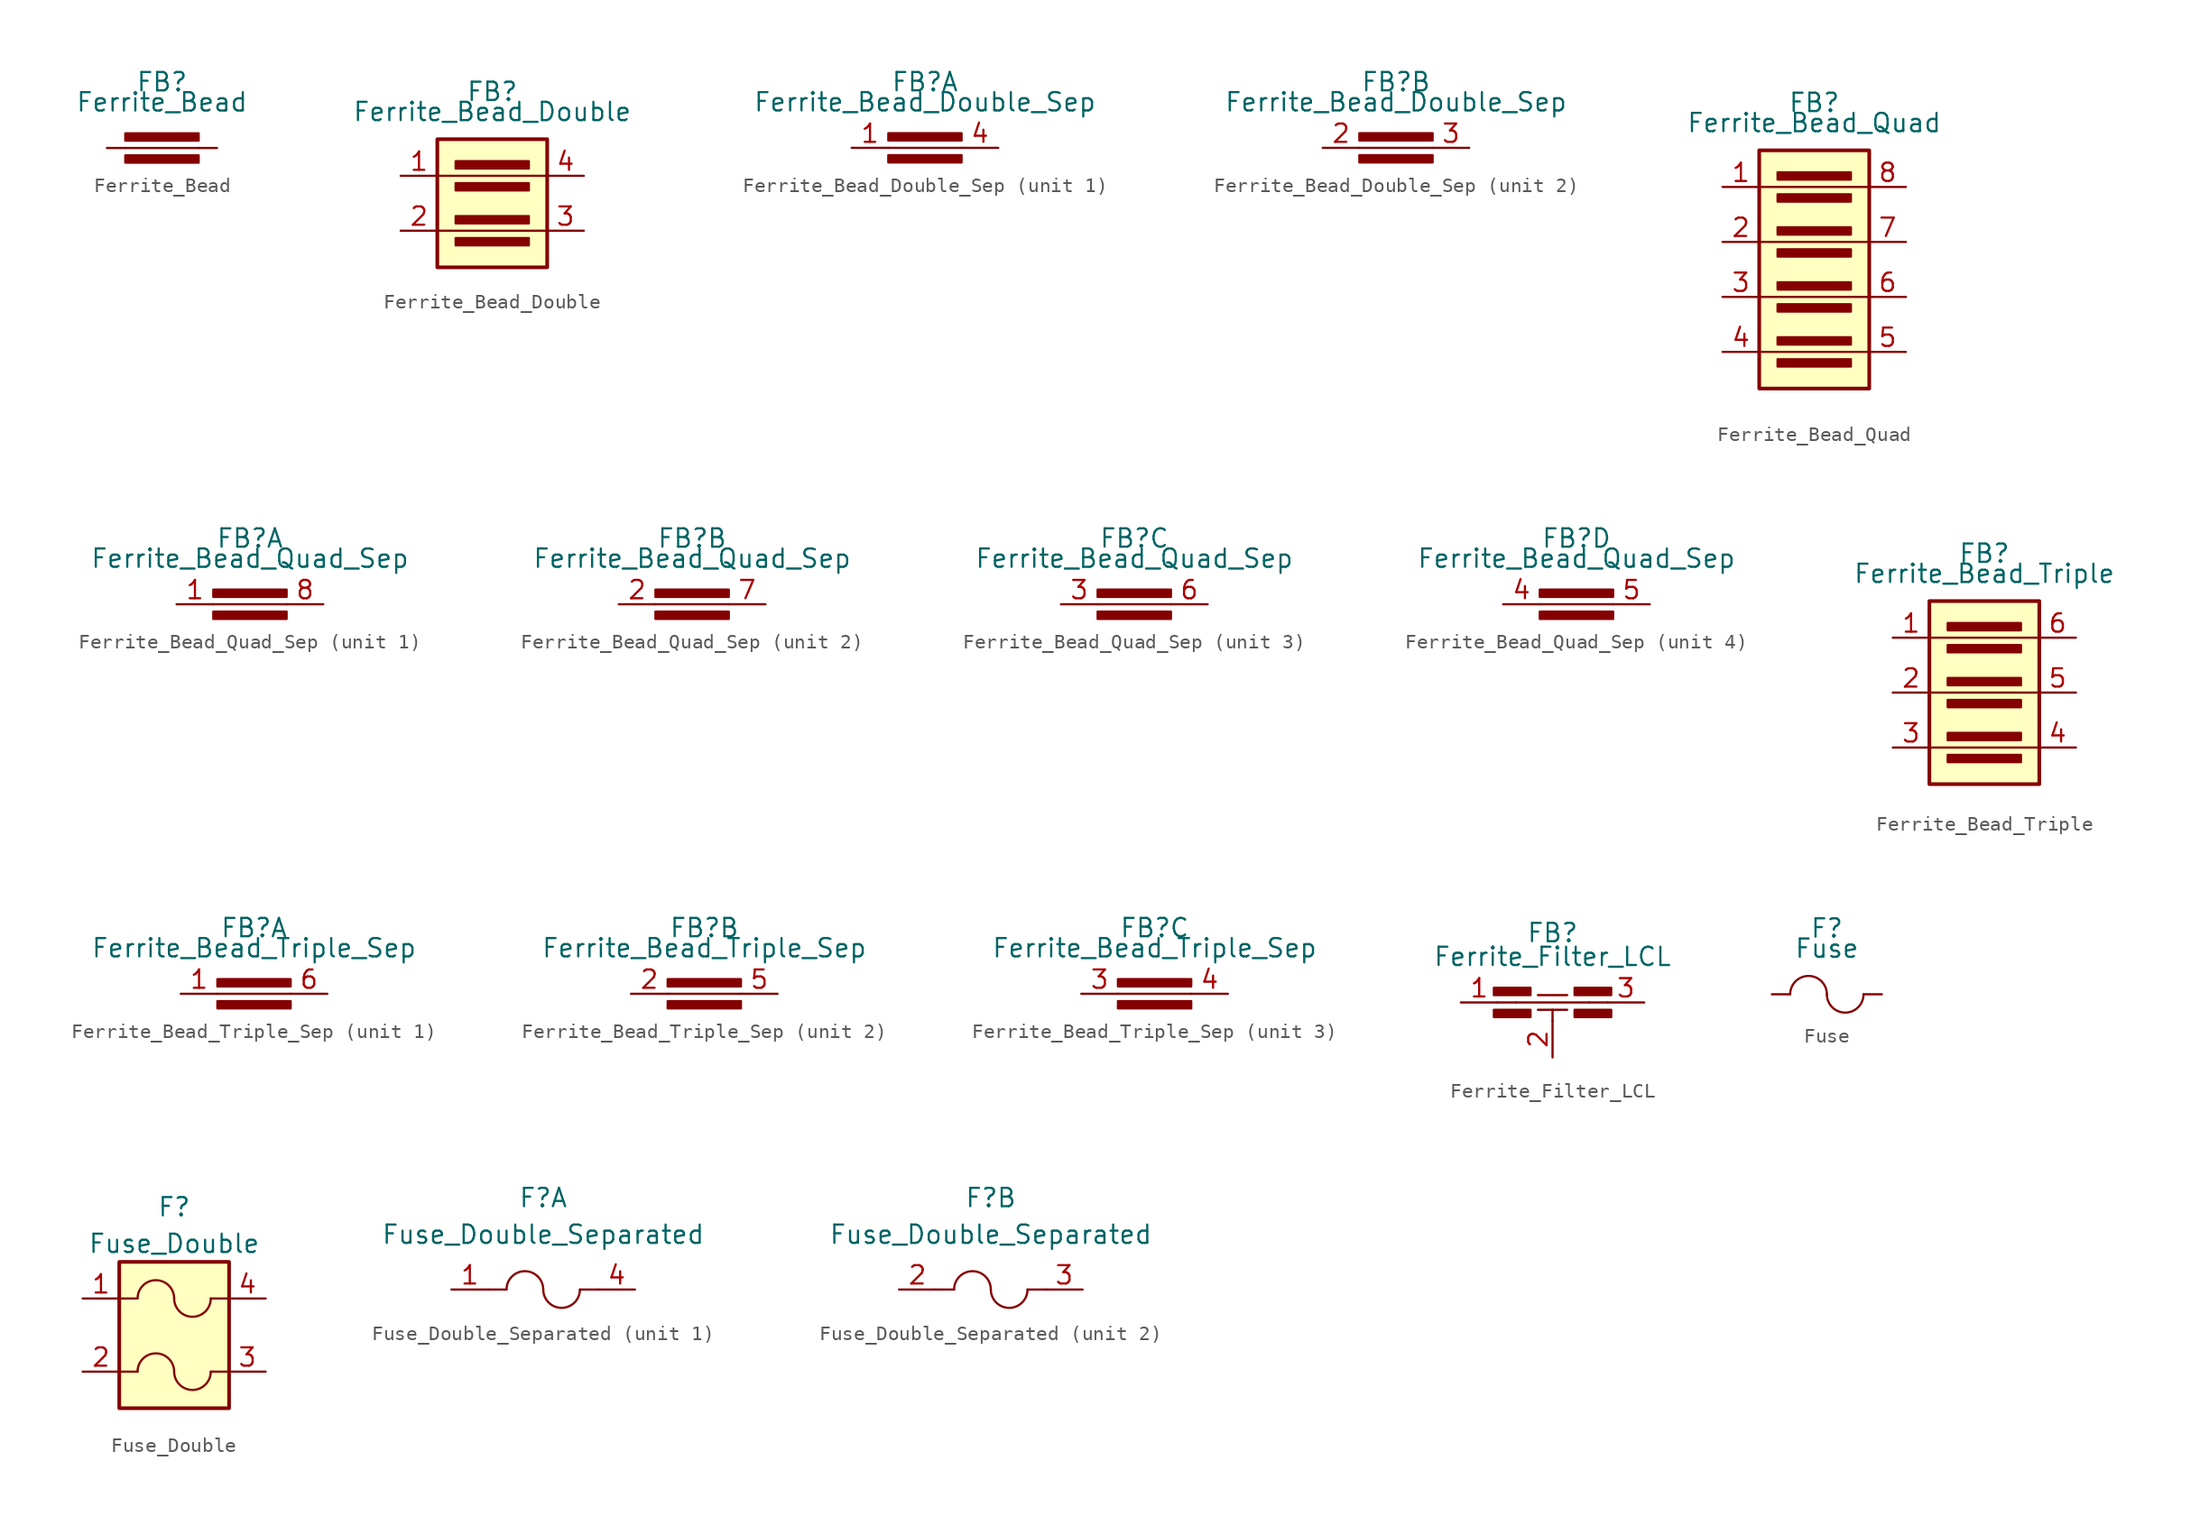
<source format=kicad_sym>
(kicad_symbol_lib
  (version 20211014)
  (generator kicad_symbol_editor)
  (symbol "Device_AKL:Ferrite_Bead"
    (pin_numbers hide)
    (pin_names
      (offset 0))
    (property "Reference" "FB"
      (at 0 4.572 0)
      (effects (font (size 1.27 1.27))))
    (property "Value" "Ferrite_Bead"
      (at 0 3.175 0)
      (effects (font (size 1.27 1.27))))
    (symbol "Ferrite_Bead_0_1"
      (rectangle (start -2.54 1.016) (end 2.54 0.508) (stroke (width 0) (type default) (color 0 0 0 0)) (fill (type outline)))
      (polyline (pts (xy 2.54 0) (xy -2.54 0)) (stroke (width 0) (type default) (color 0 0 0 0)) (fill (type none))))
    (symbol "Ferrite_Bead_1_1"
      (rectangle (start -2.54 -0.508) (end 2.54 -1.016) (stroke (width 0) (type default) (color 0 0 0 0)) (fill (type outline)))
      (pin passive line (at -3.81 0 0) (length 1.27) (name "~" (effects (font (size 1.27 1.27)))) (number "1" (effects (font (size 1.27 1.27)))))
      (pin passive line (at 3.81 0 180) (length 1.27) (name "~" (effects (font (size 1.27 1.27)))) (number "2" (effects (font (size 1.27 1.27)))))))
  (symbol "Device_AKL:Ferrite_Bead_Double"
    (pin_names hide)
    (property "Reference" "FB"
      (at 0 5.842 0)
      (effects (font (size 1.27 1.27))))
    (property "Value" "Ferrite_Bead_Double"
      (at 0 4.445 0)
      (effects (font (size 1.27 1.27))))
    (symbol "Ferrite_Bead_Double_0_1"
      (rectangle (start -3.81 2.54) (end 3.81 -6.35) (stroke (width 0.254) (type default) (color 0 0 0 0)) (fill (type background)))
      (rectangle (start -2.54 1.016) (end 2.54 0.508) (stroke (width 0) (type default) (color 0 0 0 0)) (fill (type outline)))
      (polyline (pts (xy 3.81 0) (xy -3.81 0)) (stroke (width 0) (type default) (color 0 0 0 0)) (fill (type none))))
    (symbol "Ferrite_Bead_Double_1_1"
      (rectangle (start -2.54 -4.318) (end 2.54 -4.826) (stroke (width 0) (type default) (color 0 0 0 0)) (fill (type outline)))
      (rectangle (start -2.54 -2.794) (end 2.54 -3.302) (stroke (width 0) (type default) (color 0 0 0 0)) (fill (type outline)))
      (rectangle (start -2.54 -0.508) (end 2.54 -1.016) (stroke (width 0) (type default) (color 0 0 0 0)) (fill (type outline)))
      (polyline (pts (xy 3.81 -3.81) (xy -3.81 -3.81)) (stroke (width 0) (type default) (color 0 0 0 0)) (fill (type none)))
      (pin passive line (at -6.35 0 0) (length 2.54) (name "~" (effects (font (size 1.27 1.27)))) (number "1" (effects (font (size 1.27 1.27)))))
      (pin passive line (at -6.35 -3.81 0) (length 2.54) (name "~" (effects (font (size 1.27 1.27)))) (number "2" (effects (font (size 1.27 1.27)))))
      (pin passive line (at 6.35 -3.81 180) (length 2.54) (name "~" (effects (font (size 1.27 1.27)))) (number "3" (effects (font (size 1.27 1.27)))))
      (pin passive line (at 6.35 0 180) (length 2.54) (name "~" (effects (font (size 1.27 1.27)))) (number "4" (effects (font (size 1.27 1.27)))))))
  (symbol "Device_AKL:Ferrite_Bead_Double_Sep"
    (property "Reference" "FB"
      (at 0 4.572 0)
      (effects (font (size 1.27 1.27))))
    (property "Value" "Ferrite_Bead_Double_Sep"
      (at 0 3.175 0)
      (effects (font (size 1.27 1.27))))
    (property "ki_locked" ""
      (at 0 0 0)
      (effects (font (size 1.27 1.27))))
    (symbol "Ferrite_Bead_Double_Sep_0_1"
      (rectangle (start -2.54 1.016) (end 2.54 0.508) (stroke (width 0) (type default) (color 0 0 0 0)) (fill (type outline)))
      (polyline (pts (xy 2.54 0) (xy -2.54 0)) (stroke (width 0) (type default) (color 0 0 0 0)) (fill (type none))))
    (symbol "Ferrite_Bead_Double_Sep_1_1"
      (rectangle (start -2.54 -0.508) (end 2.54 -1.016) (stroke (width 0) (type default) (color 0 0 0 0)) (fill (type outline)))
      (pin passive line (at -5.08 0 0) (length 2.54) (name "~" (effects (font (size 1.27 1.27)))) (number "1" (effects (font (size 1.27 1.27)))))
      (pin passive line (at 5.08 0 180) (length 2.54) (name "~" (effects (font (size 1.27 1.27)))) (number "4" (effects (font (size 1.27 1.27))))))
    (symbol "Ferrite_Bead_Double_Sep_2_1"
      (rectangle (start -2.54 -0.508) (end 2.54 -1.016) (stroke (width 0) (type default) (color 0 0 0 0)) (fill (type outline)))
      (pin passive line (at -5.08 0 0) (length 2.54) (name "~" (effects (font (size 1.27 1.27)))) (number "2" (effects (font (size 1.27 1.27)))))
      (pin passive line (at 5.08 0 180) (length 2.54) (name "~" (effects (font (size 1.27 1.27)))) (number "3" (effects (font (size 1.27 1.27)))))))
  (symbol "Device_AKL:Ferrite_Bead_Quad"
    (pin_names hide)
    (property "Reference" "FB"
      (at 0 9.652 0)
      (effects (font (size 1.27 1.27))))
    (property "Value" "Ferrite_Bead_Quad"
      (at 0 8.255 0)
      (effects (font (size 1.27 1.27))))
    (symbol "Ferrite_Bead_Quad_0_1"
      (rectangle (start -3.81 6.35) (end 3.81 -10.16) (stroke (width 0.254) (type default) (color 0 0 0 0)) (fill (type background)))
      (rectangle (start -2.54 1.016) (end 2.54 0.508) (stroke (width 0) (type default) (color 0 0 0 0)) (fill (type outline)))
      (polyline (pts (xy 3.81 0) (xy -3.81 0)) (stroke (width 0) (type default) (color 0 0 0 0)) (fill (type none))))
    (symbol "Ferrite_Bead_Quad_1_1"
      (rectangle (start -2.54 -8.128) (end 2.54 -8.636) (stroke (width 0) (type default) (color 0 0 0 0)) (fill (type outline)))
      (rectangle (start -2.54 -6.604) (end 2.54 -7.112) (stroke (width 0) (type default) (color 0 0 0 0)) (fill (type outline)))
      (rectangle (start -2.54 -4.318) (end 2.54 -4.826) (stroke (width 0) (type default) (color 0 0 0 0)) (fill (type outline)))
      (rectangle (start -2.54 -2.794) (end 2.54 -3.302) (stroke (width 0) (type default) (color 0 0 0 0)) (fill (type outline)))
      (rectangle (start -2.54 -0.508) (end 2.54 -1.016) (stroke (width 0) (type default) (color 0 0 0 0)) (fill (type outline)))
      (rectangle (start -2.54 3.302) (end 2.54 2.794) (stroke (width 0) (type default) (color 0 0 0 0)) (fill (type outline)))
      (rectangle (start -2.54 4.826) (end 2.54 4.318) (stroke (width 0) (type default) (color 0 0 0 0)) (fill (type outline)))
      (polyline (pts (xy 3.81 -7.62) (xy -3.81 -7.62)) (stroke (width 0) (type default) (color 0 0 0 0)) (fill (type none)))
      (polyline (pts (xy 3.81 -3.81) (xy -3.81 -3.81)) (stroke (width 0) (type default) (color 0 0 0 0)) (fill (type none)))
      (polyline (pts (xy 3.81 3.81) (xy -3.81 3.81)) (stroke (width 0) (type default) (color 0 0 0 0)) (fill (type none)))
      (pin passive line (at -6.35 3.81 0) (length 2.54) (name "~" (effects (font (size 1.27 1.27)))) (number "1" (effects (font (size 1.27 1.27)))))
      (pin passive line (at -6.35 0 0) (length 2.54) (name "~" (effects (font (size 1.27 1.27)))) (number "2" (effects (font (size 1.27 1.27)))))
      (pin passive line (at -6.35 -3.81 0) (length 2.54) (name "~" (effects (font (size 1.27 1.27)))) (number "3" (effects (font (size 1.27 1.27)))))
      (pin passive line (at -6.35 -7.62 0) (length 2.54) (name "~" (effects (font (size 1.27 1.27)))) (number "4" (effects (font (size 1.27 1.27)))))
      (pin passive line (at 6.35 -7.62 180) (length 2.54) (name "~" (effects (font (size 1.27 1.27)))) (number "5" (effects (font (size 1.27 1.27)))))
      (pin passive line (at 6.35 -3.81 180) (length 2.54) (name "~" (effects (font (size 1.27 1.27)))) (number "6" (effects (font (size 1.27 1.27)))))
      (pin passive line (at 6.35 0 180) (length 2.54) (name "~" (effects (font (size 1.27 1.27)))) (number "7" (effects (font (size 1.27 1.27)))))
      (pin passive line (at 6.35 3.81 180) (length 2.54) (name "~" (effects (font (size 1.27 1.27)))) (number "8" (effects (font (size 1.27 1.27)))))))
  (symbol "Device_AKL:Ferrite_Bead_Quad_Sep"
    (property "Reference" "FB"
      (at 0 4.572 0)
      (effects (font (size 1.27 1.27))))
    (property "Value" "Ferrite_Bead_Quad_Sep"
      (at 0 3.175 0)
      (effects (font (size 1.27 1.27))))
    (property "ki_locked" ""
      (at 0 0 0)
      (effects (font (size 1.27 1.27))))
    (symbol "Ferrite_Bead_Quad_Sep_0_1"
      (rectangle (start -2.54 1.016) (end 2.54 0.508) (stroke (width 0) (type default) (color 0 0 0 0)) (fill (type outline)))
      (polyline (pts (xy 2.54 0) (xy -2.54 0)) (stroke (width 0) (type default) (color 0 0 0 0)) (fill (type none))))
    (symbol "Ferrite_Bead_Quad_Sep_1_1"
      (rectangle (start -2.54 -0.508) (end 2.54 -1.016) (stroke (width 0) (type default) (color 0 0 0 0)) (fill (type outline)))
      (pin passive line (at -5.08 0 0) (length 2.54) (name "~" (effects (font (size 1.27 1.27)))) (number "1" (effects (font (size 1.27 1.27)))))
      (pin passive line (at 5.08 0 180) (length 2.54) (name "~" (effects (font (size 1.27 1.27)))) (number "8" (effects (font (size 1.27 1.27))))))
    (symbol "Ferrite_Bead_Quad_Sep_2_1"
      (rectangle (start -2.54 -0.508) (end 2.54 -1.016) (stroke (width 0) (type default) (color 0 0 0 0)) (fill (type outline)))
      (pin passive line (at -5.08 0 0) (length 2.54) (name "~" (effects (font (size 1.27 1.27)))) (number "2" (effects (font (size 1.27 1.27)))))
      (pin passive line (at 5.08 0 180) (length 2.54) (name "~" (effects (font (size 1.27 1.27)))) (number "7" (effects (font (size 1.27 1.27))))))
    (symbol "Ferrite_Bead_Quad_Sep_3_1"
      (rectangle (start -2.54 -0.508) (end 2.54 -1.016) (stroke (width 0) (type default) (color 0 0 0 0)) (fill (type outline)))
      (pin passive line (at -5.08 0 0) (length 2.54) (name "~" (effects (font (size 1.27 1.27)))) (number "3" (effects (font (size 1.27 1.27)))))
      (pin passive line (at 5.08 0 180) (length 2.54) (name "~" (effects (font (size 1.27 1.27)))) (number "6" (effects (font (size 1.27 1.27))))))
    (symbol "Ferrite_Bead_Quad_Sep_4_1"
      (rectangle (start -2.54 -0.508) (end 2.54 -1.016) (stroke (width 0) (type default) (color 0 0 0 0)) (fill (type outline)))
      (pin passive line (at -5.08 0 0) (length 2.54) (name "~" (effects (font (size 1.27 1.27)))) (number "4" (effects (font (size 1.27 1.27)))))
      (pin passive line (at 5.08 0 180) (length 2.54) (name "~" (effects (font (size 1.27 1.27)))) (number "5" (effects (font (size 1.27 1.27)))))))
  (symbol "Device_AKL:Ferrite_Bead_Triple"
    (pin_names hide)
    (property "Reference" "FB"
      (at 0 9.652 0)
      (effects (font (size 1.27 1.27))))
    (property "Value" "Ferrite_Bead_Triple"
      (at 0 8.255 0)
      (effects (font (size 1.27 1.27))))
    (symbol "Ferrite_Bead_Triple_0_1"
      (rectangle (start -3.81 6.35) (end 3.81 -6.35) (stroke (width 0.254) (type default) (color 0 0 0 0)) (fill (type background)))
      (rectangle (start -2.54 1.016) (end 2.54 0.508) (stroke (width 0) (type default) (color 0 0 0 0)) (fill (type outline)))
      (polyline (pts (xy 3.81 0) (xy -3.81 0)) (stroke (width 0) (type default) (color 0 0 0 0)) (fill (type none))))
    (symbol "Ferrite_Bead_Triple_1_1"
      (rectangle (start -2.54 -4.318) (end 2.54 -4.826) (stroke (width 0) (type default) (color 0 0 0 0)) (fill (type outline)))
      (rectangle (start -2.54 -2.794) (end 2.54 -3.302) (stroke (width 0) (type default) (color 0 0 0 0)) (fill (type outline)))
      (rectangle (start -2.54 -0.508) (end 2.54 -1.016) (stroke (width 0) (type default) (color 0 0 0 0)) (fill (type outline)))
      (rectangle (start -2.54 3.302) (end 2.54 2.794) (stroke (width 0) (type default) (color 0 0 0 0)) (fill (type outline)))
      (rectangle (start -2.54 4.826) (end 2.54 4.318) (stroke (width 0) (type default) (color 0 0 0 0)) (fill (type outline)))
      (polyline (pts (xy 3.81 -3.81) (xy -3.81 -3.81)) (stroke (width 0) (type default) (color 0 0 0 0)) (fill (type none)))
      (polyline (pts (xy 3.81 3.81) (xy -3.81 3.81)) (stroke (width 0) (type default) (color 0 0 0 0)) (fill (type none)))
      (pin passive line (at -6.35 3.81 0) (length 2.54) (name "~" (effects (font (size 1.27 1.27)))) (number "1" (effects (font (size 1.27 1.27)))))
      (pin passive line (at -6.35 0 0) (length 2.54) (name "~" (effects (font (size 1.27 1.27)))) (number "2" (effects (font (size 1.27 1.27)))))
      (pin passive line (at -6.35 -3.81 0) (length 2.54) (name "~" (effects (font (size 1.27 1.27)))) (number "3" (effects (font (size 1.27 1.27)))))
      (pin passive line (at 6.35 -3.81 180) (length 2.54) (name "~" (effects (font (size 1.27 1.27)))) (number "4" (effects (font (size 1.27 1.27)))))
      (pin passive line (at 6.35 0 180) (length 2.54) (name "~" (effects (font (size 1.27 1.27)))) (number "5" (effects (font (size 1.27 1.27)))))
      (pin passive line (at 6.35 3.81 180) (length 2.54) (name "~" (effects (font (size 1.27 1.27)))) (number "6" (effects (font (size 1.27 1.27)))))))
  (symbol "Device_AKL:Ferrite_Bead_Triple_Sep"
    (property "Reference" "FB"
      (at 0 4.572 0)
      (effects (font (size 1.27 1.27))))
    (property "Value" "Ferrite_Bead_Triple_Sep"
      (at 0 3.175 0)
      (effects (font (size 1.27 1.27))))
    (property "ki_locked" ""
      (at 0 0 0)
      (effects (font (size 1.27 1.27))))
    (symbol "Ferrite_Bead_Triple_Sep_0_1"
      (rectangle (start -2.54 1.016) (end 2.54 0.508) (stroke (width 0) (type default) (color 0 0 0 0)) (fill (type outline)))
      (polyline (pts (xy 2.54 0) (xy -2.54 0)) (stroke (width 0) (type default) (color 0 0 0 0)) (fill (type none))))
    (symbol "Ferrite_Bead_Triple_Sep_1_1"
      (rectangle (start -2.54 -0.508) (end 2.54 -1.016) (stroke (width 0) (type default) (color 0 0 0 0)) (fill (type outline)))
      (pin passive line (at -5.08 0 0) (length 2.54) (name "~" (effects (font (size 1.27 1.27)))) (number "1" (effects (font (size 1.27 1.27)))))
      (pin passive line (at 5.08 0 180) (length 2.54) (name "~" (effects (font (size 1.27 1.27)))) (number "6" (effects (font (size 1.27 1.27))))))
    (symbol "Ferrite_Bead_Triple_Sep_2_1"
      (rectangle (start -2.54 -0.508) (end 2.54 -1.016) (stroke (width 0) (type default) (color 0 0 0 0)) (fill (type outline)))
      (pin passive line (at -5.08 0 0) (length 2.54) (name "~" (effects (font (size 1.27 1.27)))) (number "2" (effects (font (size 1.27 1.27)))))
      (pin passive line (at 5.08 0 180) (length 2.54) (name "~" (effects (font (size 1.27 1.27)))) (number "5" (effects (font (size 1.27 1.27))))))
    (symbol "Ferrite_Bead_Triple_Sep_3_1"
      (rectangle (start -2.54 -0.508) (end 2.54 -1.016) (stroke (width 0) (type default) (color 0 0 0 0)) (fill (type outline)))
      (pin passive line (at -5.08 0 0) (length 2.54) (name "~" (effects (font (size 1.27 1.27)))) (number "3" (effects (font (size 1.27 1.27)))))
      (pin passive line (at 5.08 0 180) (length 2.54) (name "~" (effects (font (size 1.27 1.27)))) (number "4" (effects (font (size 1.27 1.27)))))))
  (symbol "Device_AKL:Ferrite_Filter_LCL"
    (pin_names hide)
    (property "Reference" "FB"
      (at 0 4.826 0)
      (effects (font (size 1.27 1.27))))
    (property "Value" "Ferrite_Filter_LCL"
      (at 0 3.175 0)
      (effects (font (size 1.27 1.27))))
    (symbol "Ferrite_Filter_LCL_0_1"
      (polyline (pts (xy -2.54 0) (xy -3.81 0)) (stroke (width 0) (type default) (color 0 0 0 0)) (fill (type none)))
      (polyline (pts (xy -1.016 -0.508) (xy 1.016 -0.508)) (stroke (width 0) (type default) (color 0 0 0 0)) (fill (type none)))
      (polyline (pts (xy 0 -1.27) (xy 0 -0.508)) (stroke (width 0) (type default) (color 0 0 0 0)) (fill (type none)))
      (polyline (pts (xy 2.54 0) (xy -2.54 0)) (stroke (width 0) (type default) (color 0 0 0 0)) (fill (type none)))
      (polyline (pts (xy 3.81 0) (xy 2.54 0)) (stroke (width 0) (type default) (color 0 0 0 0)) (fill (type none)))
      (rectangle (start 4.064 -0.508) (end 1.524 -1.016) (stroke (width 0) (type default) (color 0 0 0 0)) (fill (type outline))))
    (symbol "Ferrite_Filter_LCL_1_1"
      (rectangle (start -1.524 -0.508) (end -4.064 -1.016) (stroke (width 0) (type default) (color 0 0 0 0)) (fill (type outline)))
      (rectangle (start -1.524 1.016) (end -4.064 0.508) (stroke (width 0) (type default) (color 0 0 0 0)) (fill (type outline)))
      (polyline (pts (xy -1.016 0.508) (xy 1.016 0.508)) (stroke (width 0) (type default) (color 0 0 0 0)) (fill (type none)))
      (rectangle (start 4.064 1.016) (end 1.524 0.508) (stroke (width 0) (type default) (color 0 0 0 0)) (fill (type outline)))
      (pin passive line (at -6.35 0 0) (length 2.54) (name "~" (effects (font (size 1.27 1.27)))) (number "1" (effects (font (size 1.27 1.27)))))
      (pin passive line (at 0 -3.81 90) (length 2.54) (name "~" (effects (font (size 1.27 1.27)))) (number "2" (effects (font (size 1.27 1.27)))))
      (pin passive line (at 6.35 0 180) (length 2.54) (name "~" (effects (font (size 1.27 1.27)))) (number "3" (effects (font (size 1.27 1.27)))))))
  (symbol "Device_AKL:Fuse"
    (pin_numbers hide)
    (pin_names
      (offset 0))
    (property "Reference" "F"
      (at 0 4.572 0)
      (effects (font (size 1.27 1.27))))
    (property "Value" "Fuse"
      (at 0 3.175 0)
      (effects (font (size 1.27 1.27))))
    (symbol "Fuse_0_1"
      (arc (start 0 0) (mid -1.27 1.27) (end -2.54 0) (stroke (width 0) (type default) (color 0 0 0 0)) (fill (type none)))
      (arc (start 0 0) (mid 1.27 -1.27) (end 2.54 0) (stroke (width 0) (type default) (color 0 0 0 0)) (fill (type none))))
    (symbol "Fuse_1_1"
      (pin passive line (at -3.81 0 0) (length 1.27) (name "~" (effects (font (size 1.27 1.27)))) (number "1" (effects (font (size 1.27 1.27)))))
      (pin passive line (at 3.81 0 180) (length 1.27) (name "~" (effects (font (size 1.27 1.27)))) (number "2" (effects (font (size 1.27 1.27)))))))
  (symbol "Device_AKL:Fuse_Double"
    (pin_names hide)
    (property "Reference" "F"
      (at 0 8.89 0)
      (effects (font (size 1.27 1.27))))
    (property "Value" "Fuse_Double"
      (at 0 6.35 0)
      (effects (font (size 1.27 1.27))))
    (symbol "Fuse_Double_0_1"
      (rectangle (start -3.81 5.08) (end 3.81 -5.08) (stroke (width 0.254) (type default) (color 0 0 0 0)) (fill (type background)))
      (arc (start 0 -2.54) (mid -1.27 -1.27) (end -2.54 -2.54) (stroke (width 0) (type default) (color 0 0 0 0)) (fill (type none)))
      (arc (start 0 -2.54) (mid 1.27 -3.81) (end 2.54 -2.54) (stroke (width 0) (type default) (color 0 0 0 0)) (fill (type none)))
      (polyline (pts (xy -2.54 -2.54) (xy -3.81 -2.54)) (stroke (width 0.152) (type default) (color 0 0 0 0)) (fill (type none)))
      (polyline (pts (xy -2.54 2.54) (xy -3.81 2.54)) (stroke (width 0.152) (type default) (color 0 0 0 0)) (fill (type none)))
      (polyline (pts (xy 3.81 -2.54) (xy 2.54 -2.54)) (stroke (width 0.152) (type default) (color 0 0 0 0)) (fill (type none)))
      (polyline (pts (xy 3.81 2.54) (xy 2.54 2.54)) (stroke (width 0.152) (type default) (color 0 0 0 0)) (fill (type none)))
      (arc (start 0 2.54) (mid -1.27 3.81) (end -2.54 2.54) (stroke (width 0) (type default) (color 0 0 0 0)) (fill (type none)))
      (arc (start 0 2.54) (mid 1.27 1.27) (end 2.54 2.54) (stroke (width 0) (type default) (color 0 0 0 0)) (fill (type none))))
    (symbol "Fuse_Double_1_1"
      (pin passive line (at -6.35 2.54 0) (length 2.54) (name "1" (effects (font (size 1.27 1.27)))) (number "1" (effects (font (size 1.27 1.27)))))
      (pin passive line (at -6.35 -2.54 0) (length 2.54) (name "2" (effects (font (size 1.27 1.27)))) (number "2" (effects (font (size 1.27 1.27)))))
      (pin passive line (at 6.35 -2.54 180) (length 2.54) (name "3" (effects (font (size 1.27 1.27)))) (number "3" (effects (font (size 1.27 1.27)))))
      (pin passive line (at 6.35 2.54 180) (length 2.54) (name "4" (effects (font (size 1.27 1.27)))) (number "4" (effects (font (size 1.27 1.27)))))))
  (symbol "Device_AKL:Fuse_Double_Separated"
    (pin_names hide)
    (property "Reference" "F"
      (at 0 6.35 0)
      (effects (font (size 1.27 1.27))))
    (property "Value" "Fuse_Double_Separated"
      (at 0 3.81 0)
      (effects (font (size 1.27 1.27))))
    (symbol "Fuse_Double_Separated_0_1"
      (arc (start 0 0) (mid -1.27 1.27) (end -2.54 0) (stroke (width 0) (type default) (color 0 0 0 0)) (fill (type none)))
      (polyline (pts (xy -2.54 0) (xy -3.81 0)) (stroke (width 0.152) (type default) (color 0 0 0 0)) (fill (type none)))
      (polyline (pts (xy 3.81 0) (xy 2.54 0)) (stroke (width 0.152) (type default) (color 0 0 0 0)) (fill (type none)))
      (arc (start 0 0) (mid 1.27 -1.27) (end 2.54 0) (stroke (width 0) (type default) (color 0 0 0 0)) (fill (type none))))
    (symbol "Fuse_Double_Separated_1_1"
      (pin passive line (at -6.35 0 0) (length 2.54) (name "1" (effects (font (size 1.27 1.27)))) (number "1" (effects (font (size 1.27 1.27)))))
      (pin passive line (at 6.35 0 180) (length 2.54) (name "4" (effects (font (size 1.27 1.27)))) (number "4" (effects (font (size 1.27 1.27))))))
    (symbol "Fuse_Double_Separated_2_1"
      (pin passive line (at -6.35 0 0) (length 2.54) (name "2" (effects (font (size 1.27 1.27)))) (number "2" (effects (font (size 1.27 1.27)))))
      (pin passive line (at 6.35 0 180) (length 2.54) (name "3" (effects (font (size 1.27 1.27)))) (number "3" (effects (font (size 1.27 1.27))))))))
</source>
